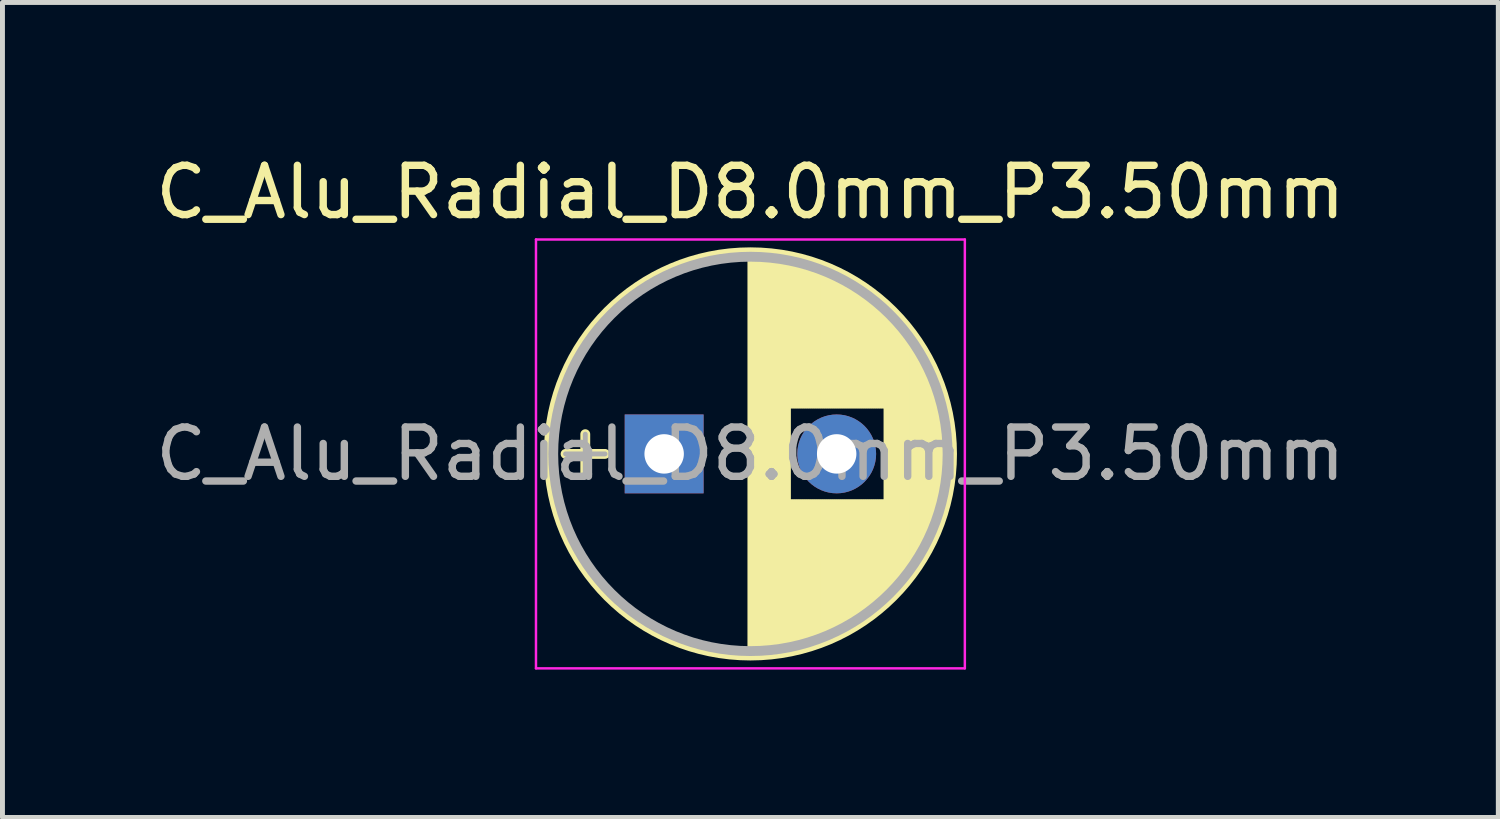
<source format=kicad_pcb>
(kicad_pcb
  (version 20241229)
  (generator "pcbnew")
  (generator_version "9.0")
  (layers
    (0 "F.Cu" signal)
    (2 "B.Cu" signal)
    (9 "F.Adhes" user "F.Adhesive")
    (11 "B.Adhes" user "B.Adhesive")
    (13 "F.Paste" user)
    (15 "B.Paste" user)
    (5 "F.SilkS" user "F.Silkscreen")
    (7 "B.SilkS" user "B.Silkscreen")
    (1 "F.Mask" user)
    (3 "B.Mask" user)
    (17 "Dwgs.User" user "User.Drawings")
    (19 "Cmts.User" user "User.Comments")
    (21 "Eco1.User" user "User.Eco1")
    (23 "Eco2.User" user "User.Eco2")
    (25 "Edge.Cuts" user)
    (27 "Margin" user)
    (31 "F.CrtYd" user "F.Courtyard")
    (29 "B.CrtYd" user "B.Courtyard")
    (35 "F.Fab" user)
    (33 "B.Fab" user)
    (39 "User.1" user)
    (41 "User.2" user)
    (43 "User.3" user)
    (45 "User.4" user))
  (footprint "C_Alu_Radial_D8.0mm_P3.50mm"
    (layer "F.Cu")
    (at 10.423 6.158)
    (property "Reference" "C_Alu_Radial_D8.0mm_P3.50mm" (at 1.75 -5.31 0) (layer "F.SilkS") (effects (font (size 1 1) (thickness 0.15))))
    (attr through_hole)
    (fp_line (start -2 0) (end -1.2 0) (stroke (width 0.2) (type solid)) (layer "F.SilkS"))
    (fp_line (start -1.6 -0.4) (end -1.6 0.4) (stroke (width 0.2) (type solid)) (layer "F.SilkS"))
    (fp_line (start 1.75 -4.05) (end 1.75 4.05) (stroke (width 0.12) (type solid)) (layer "F.SilkS"))
    (fp_line (start 1.79 -4.05) (end 1.79 4.05) (stroke (width 0.12) (type solid)) (layer "F.SilkS"))
    (fp_line (start 1.83 -4.05) (end 1.83 4.05) (stroke (width 0.12) (type solid)) (layer "F.SilkS"))
    (fp_line (start 1.87 -4.049) (end 1.87 4.049) (stroke (width 0.12) (type solid)) (layer "F.SilkS"))
    (fp_line (start 1.91 -4.047) (end 1.91 4.047) (stroke (width 0.12) (type solid)) (layer "F.SilkS"))
    (fp_line (start 1.95 -4.046) (end 1.95 4.046) (stroke (width 0.12) (type solid)) (layer "F.SilkS"))
    (fp_line (start 1.99 -4.043) (end 1.99 4.043) (stroke (width 0.12) (type solid)) (layer "F.SilkS"))
    (fp_line (start 2.03 -4.041) (end 2.03 4.041) (stroke (width 0.12) (type solid)) (layer "F.SilkS"))
    (fp_line (start 2.07 -4.038) (end 2.07 4.038) (stroke (width 0.12) (type solid)) (layer "F.SilkS"))
    (fp_line (start 2.11 -4.035) (end 2.11 4.035) (stroke (width 0.12) (type solid)) (layer "F.SilkS"))
    (fp_line (start 2.15 -4.031) (end 2.15 4.031) (stroke (width 0.12) (type solid)) (layer "F.SilkS"))
    (fp_line (start 2.19 -4.027) (end 2.19 4.027) (stroke (width 0.12) (type solid)) (layer "F.SilkS"))
    (fp_line (start 2.23 -4.022) (end 2.23 4.022) (stroke (width 0.12) (type solid)) (layer "F.SilkS"))
    (fp_line (start 2.27 -4.017) (end 2.27 4.017) (stroke (width 0.12) (type solid)) (layer "F.SilkS"))
    (fp_line (start 2.31 -4.012) (end 2.31 4.012) (stroke (width 0.12) (type solid)) (layer "F.SilkS"))
    (fp_line (start 2.35 -4.006) (end 2.35 4.006) (stroke (width 0.12) (type solid)) (layer "F.SilkS"))
    (fp_line (start 2.39 -4) (end 2.39 4) (stroke (width 0.12) (type solid)) (layer "F.SilkS"))
    (fp_line (start 2.43 -3.994) (end 2.43 3.994) (stroke (width 0.12) (type solid)) (layer "F.SilkS"))
    (fp_line (start 2.471 -3.987) (end 2.471 3.987) (stroke (width 0.12) (type solid)) (layer "F.SilkS"))
    (fp_line (start 2.511 -3.979) (end 2.511 3.979) (stroke (width 0.12) (type solid)) (layer "F.SilkS"))
    (fp_line (start 2.551 -3.971) (end 2.551 -0.98) (stroke (width 0.12) (type solid)) (layer "F.SilkS"))
    (fp_line (start 2.551 0.98) (end 2.551 3.971) (stroke (width 0.12) (type solid)) (layer "F.SilkS"))
    (fp_line (start 2.591 -3.963) (end 2.591 -0.98) (stroke (width 0.12) (type solid)) (layer "F.SilkS"))
    (fp_line (start 2.591 0.98) (end 2.591 3.963) (stroke (width 0.12) (type solid)) (layer "F.SilkS"))
    (fp_line (start 2.631 -3.955) (end 2.631 -0.98) (stroke (width 0.12) (type solid)) (layer "F.SilkS"))
    (fp_line (start 2.631 0.98) (end 2.631 3.955) (stroke (width 0.12) (type solid)) (layer "F.SilkS"))
    (fp_line (start 2.671 -3.946) (end 2.671 -0.98) (stroke (width 0.12) (type solid)) (layer "F.SilkS"))
    (fp_line (start 2.671 0.98) (end 2.671 3.946) (stroke (width 0.12) (type solid)) (layer "F.SilkS"))
    (fp_line (start 2.711 -3.936) (end 2.711 -0.98) (stroke (width 0.12) (type solid)) (layer "F.SilkS"))
    (fp_line (start 2.711 0.98) (end 2.711 3.936) (stroke (width 0.12) (type solid)) (layer "F.SilkS"))
    (fp_line (start 2.751 -3.926) (end 2.751 -0.98) (stroke (width 0.12) (type solid)) (layer "F.SilkS"))
    (fp_line (start 2.751 0.98) (end 2.751 3.926) (stroke (width 0.12) (type solid)) (layer "F.SilkS"))
    (fp_line (start 2.791 -3.916) (end 2.791 -0.98) (stroke (width 0.12) (type solid)) (layer "F.SilkS"))
    (fp_line (start 2.791 0.98) (end 2.791 3.916) (stroke (width 0.12) (type solid)) (layer "F.SilkS"))
    (fp_line (start 2.831 -3.905) (end 2.831 -0.98) (stroke (width 0.12) (type solid)) (layer "F.SilkS"))
    (fp_line (start 2.831 0.98) (end 2.831 3.905) (stroke (width 0.12) (type solid)) (layer "F.SilkS"))
    (fp_line (start 2.871 -3.894) (end 2.871 -0.98) (stroke (width 0.12) (type solid)) (layer "F.SilkS"))
    (fp_line (start 2.871 0.98) (end 2.871 3.894) (stroke (width 0.12) (type solid)) (layer "F.SilkS"))
    (fp_line (start 2.911 -3.883) (end 2.911 -0.98) (stroke (width 0.12) (type solid)) (layer "F.SilkS"))
    (fp_line (start 2.911 0.98) (end 2.911 3.883) (stroke (width 0.12) (type solid)) (layer "F.SilkS"))
    (fp_line (start 2.951 -3.87) (end 2.951 -0.98) (stroke (width 0.12) (type solid)) (layer "F.SilkS"))
    (fp_line (start 2.951 0.98) (end 2.951 3.87) (stroke (width 0.12) (type solid)) (layer "F.SilkS"))
    (fp_line (start 2.991 -3.858) (end 2.991 -0.98) (stroke (width 0.12) (type solid)) (layer "F.SilkS"))
    (fp_line (start 2.991 0.98) (end 2.991 3.858) (stroke (width 0.12) (type solid)) (layer "F.SilkS"))
    (fp_line (start 3.031 -3.845) (end 3.031 -0.98) (stroke (width 0.12) (type solid)) (layer "F.SilkS"))
    (fp_line (start 3.031 0.98) (end 3.031 3.845) (stroke (width 0.12) (type solid)) (layer "F.SilkS"))
    (fp_line (start 3.071 -3.832) (end 3.071 -0.98) (stroke (width 0.12) (type solid)) (layer "F.SilkS"))
    (fp_line (start 3.071 0.98) (end 3.071 3.832) (stroke (width 0.12) (type solid)) (layer "F.SilkS"))
    (fp_line (start 3.111 -3.818) (end 3.111 -0.98) (stroke (width 0.12) (type solid)) (layer "F.SilkS"))
    (fp_line (start 3.111 0.98) (end 3.111 3.818) (stroke (width 0.12) (type solid)) (layer "F.SilkS"))
    (fp_line (start 3.151 -3.803) (end 3.151 -0.98) (stroke (width 0.12) (type solid)) (layer "F.SilkS"))
    (fp_line (start 3.151 0.98) (end 3.151 3.803) (stroke (width 0.12) (type solid)) (layer "F.SilkS"))
    (fp_line (start 3.191 -3.789) (end 3.191 -0.98) (stroke (width 0.12) (type solid)) (layer "F.SilkS"))
    (fp_line (start 3.191 0.98) (end 3.191 3.789) (stroke (width 0.12) (type solid)) (layer "F.SilkS"))
    (fp_line (start 3.231 -3.773) (end 3.231 -0.98) (stroke (width 0.12) (type solid)) (layer "F.SilkS"))
    (fp_line (start 3.231 0.98) (end 3.231 3.773) (stroke (width 0.12) (type solid)) (layer "F.SilkS"))
    (fp_line (start 3.271 -3.758) (end 3.271 -0.98) (stroke (width 0.12) (type solid)) (layer "F.SilkS"))
    (fp_line (start 3.271 0.98) (end 3.271 3.758) (stroke (width 0.12) (type solid)) (layer "F.SilkS"))
    (fp_line (start 3.311 -3.741) (end 3.311 -0.98) (stroke (width 0.12) (type solid)) (layer "F.SilkS"))
    (fp_line (start 3.311 0.98) (end 3.311 3.741) (stroke (width 0.12) (type solid)) (layer "F.SilkS"))
    (fp_line (start 3.351 -3.725) (end 3.351 -0.98) (stroke (width 0.12) (type solid)) (layer "F.SilkS"))
    (fp_line (start 3.351 0.98) (end 3.351 3.725) (stroke (width 0.12) (type solid)) (layer "F.SilkS"))
    (fp_line (start 3.391 -3.707) (end 3.391 -0.98) (stroke (width 0.12) (type solid)) (layer "F.SilkS"))
    (fp_line (start 3.391 0.98) (end 3.391 3.707) (stroke (width 0.12) (type solid)) (layer "F.SilkS"))
    (fp_line (start 3.431 -3.69) (end 3.431 -0.98) (stroke (width 0.12) (type solid)) (layer "F.SilkS"))
    (fp_line (start 3.431 0.98) (end 3.431 3.69) (stroke (width 0.12) (type solid)) (layer "F.SilkS"))
    (fp_line (start 3.471 -3.671) (end 3.471 -0.98) (stroke (width 0.12) (type solid)) (layer "F.SilkS"))
    (fp_line (start 3.471 0.98) (end 3.471 3.671) (stroke (width 0.12) (type solid)) (layer "F.SilkS"))
    (fp_line (start 3.511 -3.652) (end 3.511 -0.98) (stroke (width 0.12) (type solid)) (layer "F.SilkS"))
    (fp_line (start 3.511 0.98) (end 3.511 3.652) (stroke (width 0.12) (type solid)) (layer "F.SilkS"))
    (fp_line (start 3.551 -3.633) (end 3.551 -0.98) (stroke (width 0.12) (type solid)) (layer "F.SilkS"))
    (fp_line (start 3.551 0.98) (end 3.551 3.633) (stroke (width 0.12) (type solid)) (layer "F.SilkS"))
    (fp_line (start 3.591 -3.613) (end 3.591 -0.98) (stroke (width 0.12) (type solid)) (layer "F.SilkS"))
    (fp_line (start 3.591 0.98) (end 3.591 3.613) (stroke (width 0.12) (type solid)) (layer "F.SilkS"))
    (fp_line (start 3.631 -3.593) (end 3.631 -0.98) (stroke (width 0.12) (type solid)) (layer "F.SilkS"))
    (fp_line (start 3.631 0.98) (end 3.631 3.593) (stroke (width 0.12) (type solid)) (layer "F.SilkS"))
    (fp_line (start 3.671 -3.572) (end 3.671 -0.98) (stroke (width 0.12) (type solid)) (layer "F.SilkS"))
    (fp_line (start 3.671 0.98) (end 3.671 3.572) (stroke (width 0.12) (type solid)) (layer "F.SilkS"))
    (fp_line (start 3.711 -3.55) (end 3.711 -0.98) (stroke (width 0.12) (type solid)) (layer "F.SilkS"))
    (fp_line (start 3.711 0.98) (end 3.711 3.55) (stroke (width 0.12) (type solid)) (layer "F.SilkS"))
    (fp_line (start 3.751 -3.528) (end 3.751 -0.98) (stroke (width 0.12) (type solid)) (layer "F.SilkS"))
    (fp_line (start 3.751 0.98) (end 3.751 3.528) (stroke (width 0.12) (type solid)) (layer "F.SilkS"))
    (fp_line (start 3.791 -3.505) (end 3.791 -0.98) (stroke (width 0.12) (type solid)) (layer "F.SilkS"))
    (fp_line (start 3.791 0.98) (end 3.791 3.505) (stroke (width 0.12) (type solid)) (layer "F.SilkS"))
    (fp_line (start 3.831 -3.482) (end 3.831 -0.98) (stroke (width 0.12) (type solid)) (layer "F.SilkS"))
    (fp_line (start 3.831 0.98) (end 3.831 3.482) (stroke (width 0.12) (type solid)) (layer "F.SilkS"))
    (fp_line (start 3.871 -3.458) (end 3.871 -0.98) (stroke (width 0.12) (type solid)) (layer "F.SilkS"))
    (fp_line (start 3.871 0.98) (end 3.871 3.458) (stroke (width 0.12) (type solid)) (layer "F.SilkS"))
    (fp_line (start 3.911 -3.434) (end 3.911 -0.98) (stroke (width 0.12) (type solid)) (layer "F.SilkS"))
    (fp_line (start 3.911 0.98) (end 3.911 3.434) (stroke (width 0.12) (type solid)) (layer "F.SilkS"))
    (fp_line (start 3.951 -3.408) (end 3.951 -0.98) (stroke (width 0.12) (type solid)) (layer "F.SilkS"))
    (fp_line (start 3.951 0.98) (end 3.951 3.408) (stroke (width 0.12) (type solid)) (layer "F.SilkS"))
    (fp_line (start 3.991 -3.383) (end 3.991 -0.98) (stroke (width 0.12) (type solid)) (layer "F.SilkS"))
    (fp_line (start 3.991 0.98) (end 3.991 3.383) (stroke (width 0.12) (type solid)) (layer "F.SilkS"))
    (fp_line (start 4.031 -3.356) (end 4.031 -0.98) (stroke (width 0.12) (type solid)) (layer "F.SilkS"))
    (fp_line (start 4.031 0.98) (end 4.031 3.356) (stroke (width 0.12) (type solid)) (layer "F.SilkS"))
    (fp_line (start 4.071 -3.329) (end 4.071 -0.98) (stroke (width 0.12) (type solid)) (layer "F.SilkS"))
    (fp_line (start 4.071 0.98) (end 4.071 3.329) (stroke (width 0.12) (type solid)) (layer "F.SilkS"))
    (fp_line (start 4.111 -3.301) (end 4.111 -0.98) (stroke (width 0.12) (type solid)) (layer "F.SilkS"))
    (fp_line (start 4.111 0.98) (end 4.111 3.301) (stroke (width 0.12) (type solid)) (layer "F.SilkS"))
    (fp_line (start 4.151 -3.272) (end 4.151 -0.98) (stroke (width 0.12) (type solid)) (layer "F.SilkS"))
    (fp_line (start 4.151 0.98) (end 4.151 3.272) (stroke (width 0.12) (type solid)) (layer "F.SilkS"))
    (fp_line (start 4.191 -3.243) (end 4.191 -0.98) (stroke (width 0.12) (type solid)) (layer "F.SilkS"))
    (fp_line (start 4.191 0.98) (end 4.191 3.243) (stroke (width 0.12) (type solid)) (layer "F.SilkS"))
    (fp_line (start 4.231 -3.213) (end 4.231 -0.98) (stroke (width 0.12) (type solid)) (layer "F.SilkS"))
    (fp_line (start 4.231 0.98) (end 4.231 3.213) (stroke (width 0.12) (type solid)) (layer "F.SilkS"))
    (fp_line (start 4.271 -3.182) (end 4.271 -0.98) (stroke (width 0.12) (type solid)) (layer "F.SilkS"))
    (fp_line (start 4.271 0.98) (end 4.271 3.182) (stroke (width 0.12) (type solid)) (layer "F.SilkS"))
    (fp_line (start 4.311 -3.15) (end 4.311 -0.98) (stroke (width 0.12) (type solid)) (layer "F.SilkS"))
    (fp_line (start 4.311 0.98) (end 4.311 3.15) (stroke (width 0.12) (type solid)) (layer "F.SilkS"))
    (fp_line (start 4.351 -3.118) (end 4.351 -0.98) (stroke (width 0.12) (type solid)) (layer "F.SilkS"))
    (fp_line (start 4.351 0.98) (end 4.351 3.118) (stroke (width 0.12) (type solid)) (layer "F.SilkS"))
    (fp_line (start 4.391 -3.084) (end 4.391 -0.98) (stroke (width 0.12) (type solid)) (layer "F.SilkS"))
    (fp_line (start 4.391 0.98) (end 4.391 3.084) (stroke (width 0.12) (type solid)) (layer "F.SilkS"))
    (fp_line (start 4.431 -3.05) (end 4.431 -0.98) (stroke (width 0.12) (type solid)) (layer "F.SilkS"))
    (fp_line (start 4.431 0.98) (end 4.431 3.05) (stroke (width 0.12) (type solid)) (layer "F.SilkS"))
    (fp_line (start 4.471 -3.015) (end 4.471 -0.98) (stroke (width 0.12) (type solid)) (layer "F.SilkS"))
    (fp_line (start 4.471 0.98) (end 4.471 3.015) (stroke (width 0.12) (type solid)) (layer "F.SilkS"))
    (fp_line (start 4.511 -2.979) (end 4.511 2.979) (stroke (width 0.12) (type solid)) (layer "F.SilkS"))
    (fp_line (start 4.551 -2.942) (end 4.551 2.942) (stroke (width 0.12) (type solid)) (layer "F.SilkS"))
    (fp_line (start 4.591 -2.904) (end 4.591 2.904) (stroke (width 0.12) (type solid)) (layer "F.SilkS"))
    (fp_line (start 4.631 -2.865) (end 4.631 2.865) (stroke (width 0.12) (type solid)) (layer "F.SilkS"))
    (fp_line (start 4.671 -2.824) (end 4.671 2.824) (stroke (width 0.12) (type solid)) (layer "F.SilkS"))
    (fp_line (start 4.711 -2.783) (end 4.711 2.783) (stroke (width 0.12) (type solid)) (layer "F.SilkS"))
    (fp_line (start 4.751 -2.74) (end 4.751 2.74) (stroke (width 0.12) (type solid)) (layer "F.SilkS"))
    (fp_line (start 4.791 -2.697) (end 4.791 2.697) (stroke (width 0.12) (type solid)) (layer "F.SilkS"))
    (fp_line (start 4.831 -2.652) (end 4.831 2.652) (stroke (width 0.12) (type solid)) (layer "F.SilkS"))
    (fp_line (start 4.871 -2.605) (end 4.871 2.605) (stroke (width 0.12) (type solid)) (layer "F.SilkS"))
    (fp_line (start 4.911 -2.557) (end 4.911 2.557) (stroke (width 0.12) (type solid)) (layer "F.SilkS"))
    (fp_line (start 4.951 -2.508) (end 4.951 2.508) (stroke (width 0.12) (type solid)) (layer "F.SilkS"))
    (fp_line (start 4.991 -2.457) (end 4.991 2.457) (stroke (width 0.12) (type solid)) (layer "F.SilkS"))
    (fp_line (start 5.031 -2.404) (end 5.031 2.404) (stroke (width 0.12) (type solid)) (layer "F.SilkS"))
    (fp_line (start 5.071 -2.349) (end 5.071 2.349) (stroke (width 0.12) (type solid)) (layer "F.SilkS"))
    (fp_line (start 5.111 -2.293) (end 5.111 2.293) (stroke (width 0.12) (type solid)) (layer "F.SilkS"))
    (fp_line (start 5.151 -2.234) (end 5.151 2.234) (stroke (width 0.12) (type solid)) (layer "F.SilkS"))
    (fp_line (start 5.191 -2.173) (end 5.191 2.173) (stroke (width 0.12) (type solid)) (layer "F.SilkS"))
    (fp_line (start 5.231 -2.109) (end 5.231 2.109) (stroke (width 0.12) (type solid)) (layer "F.SilkS"))
    (fp_line (start 5.271 -2.043) (end 5.271 2.043) (stroke (width 0.12) (type solid)) (layer "F.SilkS"))
    (fp_line (start 5.311 -1.974) (end 5.311 1.974) (stroke (width 0.12) (type solid)) (layer "F.SilkS"))
    (fp_line (start 5.351 -1.902) (end 5.351 1.902) (stroke (width 0.12) (type solid)) (layer "F.SilkS"))
    (fp_line (start 5.391 -1.826) (end 5.391 1.826) (stroke (width 0.12) (type solid)) (layer "F.SilkS"))
    (fp_line (start 5.431 -1.745) (end 5.431 1.745) (stroke (width 0.12) (type solid)) (layer "F.SilkS"))
    (fp_line (start 5.471 -1.66) (end 5.471 1.66) (stroke (width 0.12) (type solid)) (layer "F.SilkS"))
    (fp_line (start 5.511 -1.57) (end 5.511 1.57) (stroke (width 0.12) (type solid)) (layer "F.SilkS"))
    (fp_line (start 5.551 -1.473) (end 5.551 1.473) (stroke (width 0.12) (type solid)) (layer "F.SilkS"))
    (fp_line (start 5.591 -1.369) (end 5.591 1.369) (stroke (width 0.12) (type solid)) (layer "F.SilkS"))
    (fp_line (start 5.631 -1.254) (end 5.631 1.254) (stroke (width 0.12) (type solid)) (layer "F.SilkS"))
    (fp_line (start 5.671 -1.127) (end 5.671 1.127) (stroke (width 0.12) (type solid)) (layer "F.SilkS"))
    (fp_line (start 5.711 -0.983) (end 5.711 0.983) (stroke (width 0.12) (type solid)) (layer "F.SilkS"))
    (fp_line (start 5.751 -0.814) (end 5.751 0.814) (stroke (width 0.12) (type solid)) (layer "F.SilkS"))
    (fp_line (start 5.791 -0.598) (end 5.791 0.598) (stroke (width 0.12) (type solid)) (layer "F.SilkS"))
    (fp_line (start 5.831 -0.246) (end 5.831 0.246) (stroke (width 0.12) (type solid)) (layer "F.SilkS"))
    (fp_circle (center 1.75 0) (end 5.84 0) (stroke (width 0.2) (type solid)) (fill no) (layer "F.SilkS"))
    (fp_line (start -2.6 -4.35) (end -2.6 4.35) (stroke (width 0.05) (type solid)) (layer "F.CrtYd"))
    (fp_line (start -2.6 4.35) (end 6.1 4.35) (stroke (width 0.05) (type solid)) (layer "F.CrtYd"))
    (fp_line (start 6.1 -4.35) (end -2.6 -4.35) (stroke (width 0.05) (type solid)) (layer "F.CrtYd"))
    (fp_line (start 6.1 4.35) (end 6.1 -4.35) (stroke (width 0.05) (type solid)) (layer "F.CrtYd"))
    (fp_line (start -2 0) (end -1.2 0) (stroke (width 0.1) (type solid)) (layer "F.Fab"))
    (fp_line (start -1.6 -0.4) (end -1.6 0.4) (stroke (width 0.1) (type solid)) (layer "F.Fab"))
    (fp_circle (center 1.75 0) (end 5.75 0) (stroke (width 0.2) (type solid)) (fill no) (layer "F.Fab"))
    (fp_text user "${REFERENCE}" (at 1.75 0 0) (layer "F.Fab") (effects (font (size 1 1) (thickness 0.15))))
    (pad "1" thru_hole rect (at 0 0) (size 1.6 1.6) (drill 0.8) (layers "*.Cu" "*.Mask"))
    (pad "2" thru_hole circle (at 3.5 0) (size 1.6 1.6) (drill 0.8) (layers "*.Cu" "*.Mask")))
  (gr_rect
    (start -3 -3)
    (end 27.345 13.533)
    (stroke (width 0.1) (type default))
    (fill no)
    (layer "Edge.Cuts")))
</source>
